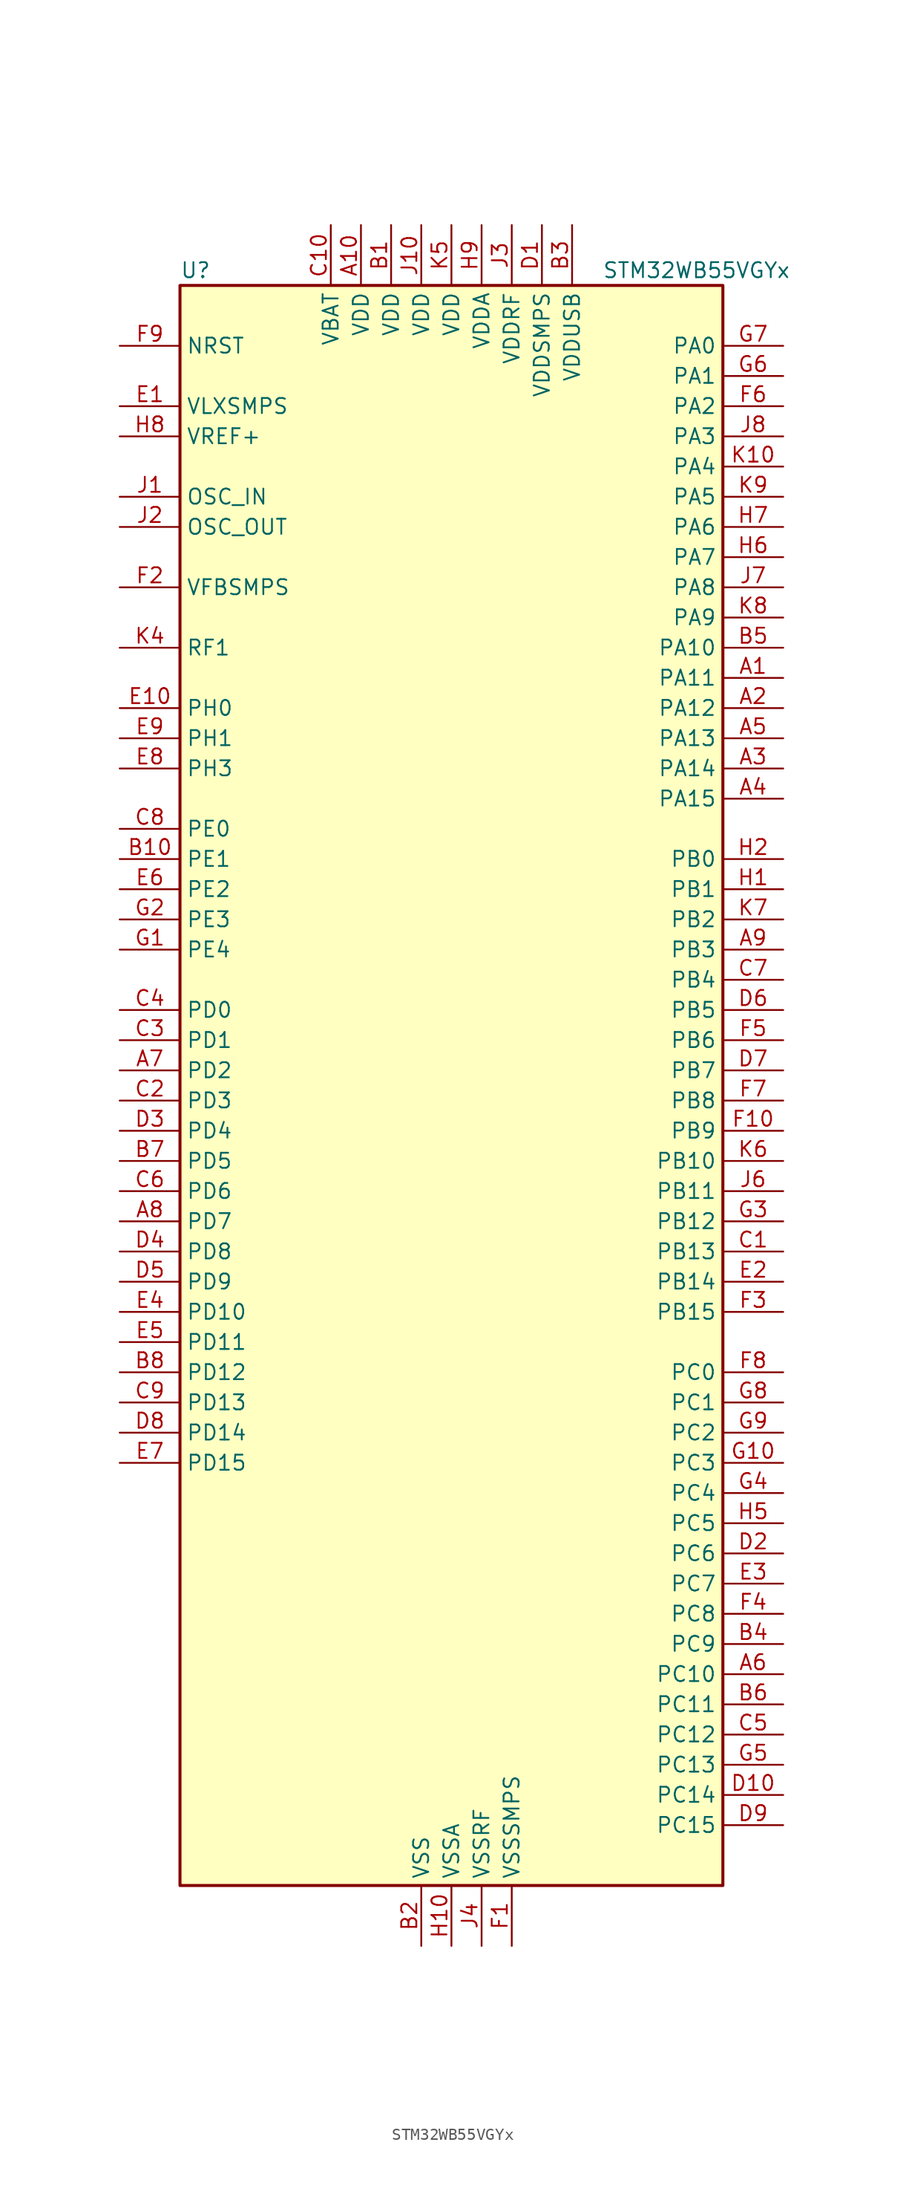
<source format=kicad_sym>
(kicad_symbol_lib
  (version 20231120)
  (generator "kicad-library-utils")
  (generator_version "8.0")
  (symbol "STM32WB55VGYx"
    (property "Reference" "U"
      (at -22.86 69.85 0)
      (effects (font (size 1.27 1.27)) (justify left)))
    (property "Value" "STM32WB55VGYx"
      (at 12.7 69.85 0)
      (effects (font (size 1.27 1.27)) (justify left)))
    (symbol "STM32WB55VGYx_0_1"
      (rectangle (start -22.86 -66.04) (end 22.86 68.58) (stroke (width 0.254) (type default)) (fill (type background))))
    (symbol "STM32WB55VGYx_1_1"
      (pin bidirectional line (at 27.94 35.56 180) (length 5.08) (name "PA11" (effects (font (size 1.27 1.27)))) (number "A1" (effects (font (size 1.27 1.27)))) (alternate "ADC1_EXTI11" bidirectional line) (alternate "SPI1_MISO" bidirectional line) (alternate "TIM1_BKIN2" bidirectional line) (alternate "TIM1_CH4" bidirectional line) (alternate "USART1_CTS" bidirectional line) (alternate "USART1_NSS" bidirectional line) (alternate "USB_DM" bidirectional line))
      (pin power_in line (at -7.62 73.66 270) (length 5.08) (name "VDD" (effects (font (size 1.27 1.27)))) (number "A10" (effects (font (size 1.27 1.27)))))
      (pin bidirectional line (at 27.94 33.02 180) (length 5.08) (name "PA12" (effects (font (size 1.27 1.27)))) (number "A2" (effects (font (size 1.27 1.27)))) (alternate "LPUART1_RX" bidirectional line) (alternate "SPI1_MOSI" bidirectional line) (alternate "TIM1_ETR" bidirectional line) (alternate "USART1_DE" bidirectional line) (alternate "USART1_RTS" bidirectional line) (alternate "USB_DP" bidirectional line))
      (pin bidirectional line (at 27.94 27.94 180) (length 5.08) (name "PA14" (effects (font (size 1.27 1.27)))) (number "A3" (effects (font (size 1.27 1.27)))) (alternate "I2C1_SMBA" bidirectional line) (alternate "LCD_SEG5" bidirectional line) (alternate "LPTIM1_OUT" bidirectional line) (alternate "SAI1_FS_B" bidirectional line) (alternate "SYS_JTCK-SWCLK" bidirectional line))
      (pin bidirectional line (at 27.94 25.4 180) (length 5.08) (name "PA15" (effects (font (size 1.27 1.27)))) (number "A4" (effects (font (size 1.27 1.27)))) (alternate "ADC1_EXTI15" bidirectional line) (alternate "LCD_SEG17" bidirectional line) (alternate "RCC_MCO" bidirectional line) (alternate "SPI1_NSS" bidirectional line) (alternate "SYS_JTDI" bidirectional line) (alternate "TIM2_CH1" bidirectional line) (alternate "TIM2_ETR" bidirectional line) (alternate "TSC_G3_IO1" bidirectional line))
      (pin bidirectional line (at 27.94 30.48 180) (length 5.08) (name "PA13" (effects (font (size 1.27 1.27)))) (number "A5" (effects (font (size 1.27 1.27)))) (alternate "IR_OUT" bidirectional line) (alternate "SAI1_SD_B" bidirectional line) (alternate "SYS_JTMS-SWDIO" bidirectional line) (alternate "USB_NOE" bidirectional line))
      (pin bidirectional line (at 27.94 -48.26 180) (length 5.08) (name "PC10" (effects (font (size 1.27 1.27)))) (number "A6" (effects (font (size 1.27 1.27)))) (alternate "LCD_COM4" bidirectional line) (alternate "LCD_SEG28" bidirectional line) (alternate "LCD_SEG40" bidirectional line) (alternate "SYS_TRACED1" bidirectional line) (alternate "TSC_G3_IO2" bidirectional line))
      (pin bidirectional line (at -27.94 2.54 0) (length 5.08) (name "PD2" (effects (font (size 1.27 1.27)))) (number "A7" (effects (font (size 1.27 1.27)))) (alternate "LCD_COM7" bidirectional line) (alternate "LCD_SEG31" bidirectional line) (alternate "LCD_SEG43" bidirectional line) (alternate "SYS_TRACED2" bidirectional line) (alternate "TSC_SYNC" bidirectional line))
      (pin bidirectional line (at -27.94 -10.16 0) (length 5.08) (name "PD7" (effects (font (size 1.27 1.27)))) (number "A8" (effects (font (size 1.27 1.27)))) (alternate "LCD_SEG39" bidirectional line) (alternate "QUADSPI_BK1_IO3" bidirectional line) (alternate "TSC_G5_IO4" bidirectional line))
      (pin bidirectional line (at 27.94 12.7 180) (length 5.08) (name "PB3" (effects (font (size 1.27 1.27)))) (number "A9" (effects (font (size 1.27 1.27)))) (alternate "COMP2_INM" bidirectional line) (alternate "LCD_SEG7" bidirectional line) (alternate "SAI1_SCK_B" bidirectional line) (alternate "SPI1_SCK" bidirectional line) (alternate "SYS_JTDO-SWO" bidirectional line) (alternate "TIM2_CH2" bidirectional line) (alternate "USART1_DE" bidirectional line) (alternate "USART1_RTS" bidirectional line))
      (pin power_in line (at -5.08 73.66 270) (length 5.08) (name "VDD" (effects (font (size 1.27 1.27)))) (number "B1" (effects (font (size 1.27 1.27)))))
      (pin bidirectional line (at -27.94 20.32 0) (length 5.08) (name "PE1" (effects (font (size 1.27 1.27)))) (number "B10" (effects (font (size 1.27 1.27)))) (alternate "LCD_SEG37" bidirectional line) (alternate "TIM17_CH1" bidirectional line) (alternate "TSC_G7_IO2" bidirectional line))
      (pin power_in line (at -2.54 -71.12 90) (length 5.08) (name "VSS" (effects (font (size 1.27 1.27)))) (number "B2" (effects (font (size 1.27 1.27)))))
      (pin power_in line (at 10.16 73.66 270) (length 5.08) (name "VDDUSB" (effects (font (size 1.27 1.27)))) (number "B3" (effects (font (size 1.27 1.27)))))
      (pin bidirectional line (at 27.94 -45.72 180) (length 5.08) (name "PC9" (effects (font (size 1.27 1.27)))) (number "B4" (effects (font (size 1.27 1.27)))) (alternate "LCD_SEG27" bidirectional line) (alternate "SAI1_SCK_B" bidirectional line) (alternate "TIM1_BKIN" bidirectional line) (alternate "TSC_G4_IO4" bidirectional line) (alternate "USB_NOE" bidirectional line))
      (pin bidirectional line (at 27.94 38.1 180) (length 5.08) (name "PA10" (effects (font (size 1.27 1.27)))) (number "B5" (effects (font (size 1.27 1.27)))) (alternate "CRS_SYNC" bidirectional line) (alternate "I2C1_SDA" bidirectional line) (alternate "LCD_COM2" bidirectional line) (alternate "SAI1_D1" bidirectional line) (alternate "SAI1_SD_A" bidirectional line) (alternate "TIM17_BKIN" bidirectional line) (alternate "TIM1_CH3" bidirectional line) (alternate "USART1_RX" bidirectional line))
      (pin bidirectional line (at 27.94 -50.8 180) (length 5.08) (name "PC11" (effects (font (size 1.27 1.27)))) (number "B6" (effects (font (size 1.27 1.27)))) (alternate "ADC1_EXTI11" bidirectional line) (alternate "LCD_COM5" bidirectional line) (alternate "LCD_SEG29" bidirectional line) (alternate "LCD_SEG41" bidirectional line) (alternate "TSC_G3_IO3" bidirectional line))
      (pin bidirectional line (at -27.94 -5.08 0) (length 5.08) (name "PD5" (effects (font (size 1.27 1.27)))) (number "B7" (effects (font (size 1.27 1.27)))) (alternate "QUADSPI_BK1_IO1" bidirectional line) (alternate "SAI1_MCLK_B" bidirectional line) (alternate "TSC_G5_IO2" bidirectional line))
      (pin bidirectional line (at -27.94 -22.86 0) (length 5.08) (name "PD12" (effects (font (size 1.27 1.27)))) (number "B8" (effects (font (size 1.27 1.27)))) (alternate "LCD_SEG32" bidirectional line) (alternate "LPTIM2_IN1" bidirectional line) (alternate "TSC_G6_IO3" bidirectional line))
      (pin passive line (at -2.54 -71.12 90) (length 5.08) hide (name "VSS" (effects (font (size 1.27 1.27)))) (number "B9" (effects (font (size 1.27 1.27)))))
      (pin bidirectional line (at 27.94 -12.7 180) (length 5.08) (name "PB13" (effects (font (size 1.27 1.27)))) (number "C1" (effects (font (size 1.27 1.27)))) (alternate "I2C3_SCL" bidirectional line) (alternate "LCD_SEG13" bidirectional line) (alternate "LPUART1_CTS" bidirectional line) (alternate "SAI1_SCK_A" bidirectional line) (alternate "SPI2_SCK" bidirectional line) (alternate "TIM1_CH1N" bidirectional line) (alternate "TSC_G1_IO2" bidirectional line))
      (pin power_in line (at -10.16 73.66 270) (length 5.08) (name "VBAT" (effects (font (size 1.27 1.27)))) (number "C10" (effects (font (size 1.27 1.27)))))
      (pin bidirectional line (at -27.94 0 0) (length 5.08) (name "PD3" (effects (font (size 1.27 1.27)))) (number "C2" (effects (font (size 1.27 1.27)))) (alternate "QUADSPI_BK1_NCS" bidirectional line) (alternate "SPI2_MISO" bidirectional line) (alternate "SPI2_SCK" bidirectional line))
      (pin bidirectional line (at -27.94 5.08 0) (length 5.08) (name "PD1" (effects (font (size 1.27 1.27)))) (number "C3" (effects (font (size 1.27 1.27)))) (alternate "SPI2_SCK" bidirectional line))
      (pin bidirectional line (at -27.94 7.62 0) (length 5.08) (name "PD0" (effects (font (size 1.27 1.27)))) (number "C4" (effects (font (size 1.27 1.27)))) (alternate "SPI2_NSS" bidirectional line))
      (pin bidirectional line (at 27.94 -53.34 180) (length 5.08) (name "PC12" (effects (font (size 1.27 1.27)))) (number "C5" (effects (font (size 1.27 1.27)))) (alternate "LCD_COM6" bidirectional line) (alternate "LCD_SEG30" bidirectional line) (alternate "LCD_SEG42" bidirectional line) (alternate "RCC_LSCO" bidirectional line) (alternate "RTC_TAMP3" bidirectional line) (alternate "SYS_TRACED3" bidirectional line) (alternate "SYS_WKUP3" bidirectional line) (alternate "TSC_G3_IO4" bidirectional line))
      (pin bidirectional line (at -27.94 -7.62 0) (length 5.08) (name "PD6" (effects (font (size 1.27 1.27)))) (number "C6" (effects (font (size 1.27 1.27)))) (alternate "QUADSPI_BK1_IO2" bidirectional line) (alternate "SAI1_D1" bidirectional line) (alternate "SAI1_SD_A" bidirectional line) (alternate "TSC_G5_IO3" bidirectional line))
      (pin bidirectional line (at 27.94 10.16 180) (length 5.08) (name "PB4" (effects (font (size 1.27 1.27)))) (number "C7" (effects (font (size 1.27 1.27)))) (alternate "COMP2_INP" bidirectional line) (alternate "I2C3_SDA" bidirectional line) (alternate "LCD_SEG8" bidirectional line) (alternate "SAI1_MCLK_B" bidirectional line) (alternate "SPI1_MISO" bidirectional line) (alternate "SYS_JTRST" bidirectional line) (alternate "TIM17_BKIN" bidirectional line) (alternate "TSC_G2_IO1" bidirectional line) (alternate "USART1_CTS" bidirectional line) (alternate "USART1_NSS" bidirectional line))
      (pin bidirectional line (at -27.94 22.86 0) (length 5.08) (name "PE0" (effects (font (size 1.27 1.27)))) (number "C8" (effects (font (size 1.27 1.27)))) (alternate "LCD_SEG36" bidirectional line) (alternate "TIM16_CH1" bidirectional line) (alternate "TIM1_ETR" bidirectional line) (alternate "TSC_G7_IO3" bidirectional line))
      (pin bidirectional line (at -27.94 -25.4 0) (length 5.08) (name "PD13" (effects (font (size 1.27 1.27)))) (number "C9" (effects (font (size 1.27 1.27)))) (alternate "LCD_SEG33" bidirectional line) (alternate "LPTIM2_OUT" bidirectional line) (alternate "TSC_G6_IO4" bidirectional line))
      (pin power_in line (at 7.62 73.66 270) (length 5.08) (name "VDDSMPS" (effects (font (size 1.27 1.27)))) (number "D1" (effects (font (size 1.27 1.27)))))
      (pin bidirectional line (at 27.94 -58.42 180) (length 5.08) (name "PC14" (effects (font (size 1.27 1.27)))) (number "D10" (effects (font (size 1.27 1.27)))) (alternate "RCC_OSC32_IN" bidirectional line))
      (pin bidirectional line (at 27.94 -38.1 180) (length 5.08) (name "PC6" (effects (font (size 1.27 1.27)))) (number "D2" (effects (font (size 1.27 1.27)))) (alternate "LCD_SEG24" bidirectional line) (alternate "TSC_G4_IO1" bidirectional line))
      (pin bidirectional line (at -27.94 -2.54 0) (length 5.08) (name "PD4" (effects (font (size 1.27 1.27)))) (number "D3" (effects (font (size 1.27 1.27)))) (alternate "QUADSPI_BK1_IO0" bidirectional line) (alternate "SPI2_MOSI" bidirectional line) (alternate "TSC_G5_IO1" bidirectional line))
      (pin bidirectional line (at -27.94 -12.7 0) (length 5.08) (name "PD8" (effects (font (size 1.27 1.27)))) (number "D4" (effects (font (size 1.27 1.27)))) (alternate "LCD_SEG28" bidirectional line) (alternate "TIM1_BKIN2" bidirectional line))
      (pin bidirectional line (at -27.94 -15.24 0) (length 5.08) (name "PD9" (effects (font (size 1.27 1.27)))) (number "D5" (effects (font (size 1.27 1.27)))) (alternate "LCD_SEG29" bidirectional line) (alternate "SYS_TRACED0" bidirectional line))
      (pin bidirectional line (at 27.94 7.62 180) (length 5.08) (name "PB5" (effects (font (size 1.27 1.27)))) (number "D6" (effects (font (size 1.27 1.27)))) (alternate "COMP2_OUT" bidirectional line) (alternate "I2C1_SMBA" bidirectional line) (alternate "LCD_SEG9" bidirectional line) (alternate "LPTIM1_IN1" bidirectional line) (alternate "LPUART1_TX" bidirectional line) (alternate "SAI1_SD_B" bidirectional line) (alternate "SPI1_MOSI" bidirectional line) (alternate "TIM16_BKIN" bidirectional line) (alternate "TSC_G2_IO2" bidirectional line) (alternate "USART1_CK" bidirectional line))
      (pin bidirectional line (at 27.94 2.54 180) (length 5.08) (name "PB7" (effects (font (size 1.27 1.27)))) (number "D7" (effects (font (size 1.27 1.27)))) (alternate "COMP2_INM" bidirectional line) (alternate "I2C1_SDA" bidirectional line) (alternate "LCD_SEG21" bidirectional line) (alternate "LPTIM1_IN2" bidirectional line) (alternate "SYS_PVD_IN" bidirectional line) (alternate "TIM17_CH1N" bidirectional line) (alternate "TIM1_BKIN" bidirectional line) (alternate "TSC_G2_IO4" bidirectional line) (alternate "USART1_RX" bidirectional line))
      (pin bidirectional line (at -27.94 -27.94 0) (length 5.08) (name "PD14" (effects (font (size 1.27 1.27)))) (number "D8" (effects (font (size 1.27 1.27)))) (alternate "LCD_SEG34" bidirectional line) (alternate "TIM1_CH1" bidirectional line))
      (pin bidirectional line (at 27.94 -60.96 180) (length 5.08) (name "PC15" (effects (font (size 1.27 1.27)))) (number "D9" (effects (font (size 1.27 1.27)))) (alternate "ADC1_EXTI15" bidirectional line) (alternate "RCC_OSC32_OUT" bidirectional line))
      (pin power_in line (at -27.94 58.42 0) (length 5.08) (name "VLXSMPS" (effects (font (size 1.27 1.27)))) (number "E1" (effects (font (size 1.27 1.27)))))
      (pin bidirectional line (at -27.94 33.02 0) (length 5.08) (name "PH0" (effects (font (size 1.27 1.27)))) (number "E10" (effects (font (size 1.27 1.27)))))
      (pin bidirectional line (at 27.94 -15.24 180) (length 5.08) (name "PB14" (effects (font (size 1.27 1.27)))) (number "E2" (effects (font (size 1.27 1.27)))) (alternate "I2C3_SDA" bidirectional line) (alternate "LCD_SEG14" bidirectional line) (alternate "SAI1_MCLK_A" bidirectional line) (alternate "SPI2_MISO" bidirectional line) (alternate "TIM1_CH2N" bidirectional line) (alternate "TSC_G1_IO3" bidirectional line))
      (pin bidirectional line (at 27.94 -40.64 180) (length 5.08) (name "PC7" (effects (font (size 1.27 1.27)))) (number "E3" (effects (font (size 1.27 1.27)))) (alternate "LCD_SEG25" bidirectional line) (alternate "TSC_G4_IO2" bidirectional line))
      (pin bidirectional line (at -27.94 -17.78 0) (length 5.08) (name "PD10" (effects (font (size 1.27 1.27)))) (number "E4" (effects (font (size 1.27 1.27)))) (alternate "LCD_SEG30" bidirectional line) (alternate "SYS_TRIG_INOUT" bidirectional line) (alternate "TSC_G6_IO1" bidirectional line))
      (pin bidirectional line (at -27.94 -20.32 0) (length 5.08) (name "PD11" (effects (font (size 1.27 1.27)))) (number "E5" (effects (font (size 1.27 1.27)))) (alternate "ADC1_EXTI11" bidirectional line) (alternate "LCD_SEG31" bidirectional line) (alternate "LPTIM2_ETR" bidirectional line) (alternate "TSC_G6_IO2" bidirectional line))
      (pin bidirectional line (at -27.94 17.78 0) (length 5.08) (name "PE2" (effects (font (size 1.27 1.27)))) (number "E6" (effects (font (size 1.27 1.27)))) (alternate "LCD_SEG38" bidirectional line) (alternate "SAI1_CK1" bidirectional line) (alternate "SAI1_MCLK_A" bidirectional line) (alternate "SYS_TRACECLK" bidirectional line) (alternate "TSC_G7_IO1" bidirectional line))
      (pin bidirectional line (at -27.94 -30.48 0) (length 5.08) (name "PD15" (effects (font (size 1.27 1.27)))) (number "E7" (effects (font (size 1.27 1.27)))) (alternate "ADC1_EXTI15" bidirectional line) (alternate "LCD_SEG35" bidirectional line) (alternate "TIM1_CH2" bidirectional line))
      (pin bidirectional line (at -27.94 27.94 0) (length 5.08) (name "PH3" (effects (font (size 1.27 1.27)))) (number "E8" (effects (font (size 1.27 1.27)))) (alternate "RCC_LSCO" bidirectional line))
      (pin bidirectional line (at -27.94 30.48 0) (length 5.08) (name "PH1" (effects (font (size 1.27 1.27)))) (number "E9" (effects (font (size 1.27 1.27)))))
      (pin power_in line (at 5.08 -71.12 90) (length 5.08) (name "VSSSMPS" (effects (font (size 1.27 1.27)))) (number "F1" (effects (font (size 1.27 1.27)))))
      (pin bidirectional line (at 27.94 -2.54 180) (length 5.08) (name "PB9" (effects (font (size 1.27 1.27)))) (number "F10" (effects (font (size 1.27 1.27)))) (alternate "I2C1_SDA" bidirectional line) (alternate "IR_OUT" bidirectional line) (alternate "LCD_COM3" bidirectional line) (alternate "QUADSPI_BK1_IO0" bidirectional line) (alternate "SAI1_D2" bidirectional line) (alternate "SAI1_FS_A" bidirectional line) (alternate "SPI2_NSS" bidirectional line) (alternate "TIM17_CH1" bidirectional line) (alternate "TIM1_CH3N" bidirectional line) (alternate "TSC_G7_IO4" bidirectional line))
      (pin input line (at -27.94 43.18 0) (length 5.08) (name "VFBSMPS" (effects (font (size 1.27 1.27)))) (number "F2" (effects (font (size 1.27 1.27)))))
      (pin bidirectional line (at 27.94 -17.78 180) (length 5.08) (name "PB15" (effects (font (size 1.27 1.27)))) (number "F3" (effects (font (size 1.27 1.27)))) (alternate "ADC1_EXTI15" bidirectional line) (alternate "LCD_SEG15" bidirectional line) (alternate "RTC_REFIN" bidirectional line) (alternate "SAI1_SD_A" bidirectional line) (alternate "SPI2_MOSI" bidirectional line) (alternate "TIM1_CH3N" bidirectional line) (alternate "TSC_G1_IO4" bidirectional line))
      (pin bidirectional line (at 27.94 -43.18 180) (length 5.08) (name "PC8" (effects (font (size 1.27 1.27)))) (number "F4" (effects (font (size 1.27 1.27)))) (alternate "LCD_SEG26" bidirectional line) (alternate "TSC_G4_IO3" bidirectional line))
      (pin bidirectional line (at 27.94 5.08 180) (length 5.08) (name "PB6" (effects (font (size 1.27 1.27)))) (number "F5" (effects (font (size 1.27 1.27)))) (alternate "COMP2_INP" bidirectional line) (alternate "I2C1_SCL" bidirectional line) (alternate "LCD_SEG6" bidirectional line) (alternate "LPTIM1_ETR" bidirectional line) (alternate "RCC_MCO" bidirectional line) (alternate "SAI1_FS_B" bidirectional line) (alternate "TIM16_CH1N" bidirectional line) (alternate "TSC_G2_IO3" bidirectional line) (alternate "USART1_TX" bidirectional line))
      (pin bidirectional line (at 27.94 58.42 180) (length 5.08) (name "PA2" (effects (font (size 1.27 1.27)))) (number "F6" (effects (font (size 1.27 1.27)))) (alternate "ADC1_IN7" bidirectional line) (alternate "COMP2_INM" bidirectional line) (alternate "COMP2_OUT" bidirectional line) (alternate "LCD_SEG1" bidirectional line) (alternate "LPUART1_TX" bidirectional line) (alternate "QUADSPI_BK1_NCS" bidirectional line) (alternate "RCC_LSCO" bidirectional line) (alternate "SYS_WKUP4" bidirectional line) (alternate "TIM2_CH3" bidirectional line))
      (pin bidirectional line (at 27.94 0 180) (length 5.08) (name "PB8" (effects (font (size 1.27 1.27)))) (number "F7" (effects (font (size 1.27 1.27)))) (alternate "I2C1_SCL" bidirectional line) (alternate "LCD_SEG16" bidirectional line) (alternate "QUADSPI_BK1_IO1" bidirectional line) (alternate "SAI1_CK1" bidirectional line) (alternate "SAI1_MCLK_A" bidirectional line) (alternate "TIM16_CH1" bidirectional line) (alternate "TIM1_CH2N" bidirectional line))
      (pin bidirectional line (at 27.94 -22.86 180) (length 5.08) (name "PC0" (effects (font (size 1.27 1.27)))) (number "F8" (effects (font (size 1.27 1.27)))) (alternate "ADC1_IN1" bidirectional line) (alternate "I2C3_SCL" bidirectional line) (alternate "LCD_SEG18" bidirectional line) (alternate "LPTIM1_IN1" bidirectional line) (alternate "LPTIM2_IN1" bidirectional line) (alternate "LPUART1_RX" bidirectional line))
      (pin input line (at -27.94 63.5 0) (length 5.08) (name "NRST" (effects (font (size 1.27 1.27)))) (number "F9" (effects (font (size 1.27 1.27)))))
      (pin bidirectional line (at -27.94 12.7 0) (length 5.08) (name "PE4" (effects (font (size 1.27 1.27)))) (number "G1" (effects (font (size 1.27 1.27)))))
      (pin bidirectional line (at 27.94 -30.48 180) (length 5.08) (name "PC3" (effects (font (size 1.27 1.27)))) (number "G10" (effects (font (size 1.27 1.27)))) (alternate "ADC1_IN4" bidirectional line) (alternate "LCD_VLCD" bidirectional line) (alternate "LPTIM1_ETR" bidirectional line) (alternate "LPTIM2_ETR" bidirectional line) (alternate "SAI1_D1" bidirectional line) (alternate "SAI1_SD_A" bidirectional line) (alternate "SPI2_MOSI" bidirectional line))
      (pin bidirectional line (at -27.94 15.24 0) (length 5.08) (name "PE3" (effects (font (size 1.27 1.27)))) (number "G2" (effects (font (size 1.27 1.27)))))
      (pin bidirectional line (at 27.94 -10.16 180) (length 5.08) (name "PB12" (effects (font (size 1.27 1.27)))) (number "G3" (effects (font (size 1.27 1.27)))) (alternate "I2C3_SMBA" bidirectional line) (alternate "LCD_SEG12" bidirectional line) (alternate "LPUART1_DE" bidirectional line) (alternate "LPUART1_RTS" bidirectional line) (alternate "SAI1_FS_A" bidirectional line) (alternate "SPI2_NSS" bidirectional line) (alternate "TIM1_BKIN" bidirectional line) (alternate "TSC_G1_IO1" bidirectional line))
      (pin bidirectional line (at 27.94 -33.02 180) (length 5.08) (name "PC4" (effects (font (size 1.27 1.27)))) (number "G4" (effects (font (size 1.27 1.27)))) (alternate "ADC1_IN13" bidirectional line) (alternate "COMP1_INM" bidirectional line) (alternate "LCD_SEG22" bidirectional line))
      (pin bidirectional line (at 27.94 -55.88 180) (length 5.08) (name "PC13" (effects (font (size 1.27 1.27)))) (number "G5" (effects (font (size 1.27 1.27)))) (alternate "RTC_OUT1" bidirectional line) (alternate "RTC_TAMP1" bidirectional line) (alternate "RTC_TS" bidirectional line) (alternate "SYS_WKUP2" bidirectional line))
      (pin bidirectional line (at 27.94 60.96 180) (length 5.08) (name "PA1" (effects (font (size 1.27 1.27)))) (number "G6" (effects (font (size 1.27 1.27)))) (alternate "ADC1_IN6" bidirectional line) (alternate "COMP1_INP" bidirectional line) (alternate "I2C1_SMBA" bidirectional line) (alternate "LCD_SEG0" bidirectional line) (alternate "SPI1_SCK" bidirectional line) (alternate "TIM2_CH2" bidirectional line))
      (pin bidirectional line (at 27.94 63.5 180) (length 5.08) (name "PA0" (effects (font (size 1.27 1.27)))) (number "G7" (effects (font (size 1.27 1.27)))) (alternate "ADC1_IN5" bidirectional line) (alternate "COMP1_INM" bidirectional line) (alternate "COMP1_OUT" bidirectional line) (alternate "RTC_TAMP2" bidirectional line) (alternate "SAI1_EXTCLK" bidirectional line) (alternate "SYS_WKUP1" bidirectional line) (alternate "TIM2_CH1" bidirectional line) (alternate "TIM2_ETR" bidirectional line))
      (pin bidirectional line (at 27.94 -25.4 180) (length 5.08) (name "PC1" (effects (font (size 1.27 1.27)))) (number "G8" (effects (font (size 1.27 1.27)))) (alternate "ADC1_IN2" bidirectional line) (alternate "I2C3_SDA" bidirectional line) (alternate "LCD_SEG19" bidirectional line) (alternate "LPTIM1_OUT" bidirectional line) (alternate "LPUART1_TX" bidirectional line) (alternate "SPI2_MOSI" bidirectional line))
      (pin bidirectional line (at 27.94 -27.94 180) (length 5.08) (name "PC2" (effects (font (size 1.27 1.27)))) (number "G9" (effects (font (size 1.27 1.27)))) (alternate "ADC1_IN3" bidirectional line) (alternate "LCD_SEG20" bidirectional line) (alternate "LPTIM1_IN2" bidirectional line) (alternate "SPI2_MISO" bidirectional line))
      (pin bidirectional line (at 27.94 17.78 180) (length 5.08) (name "PB1" (effects (font (size 1.27 1.27)))) (number "H1" (effects (font (size 1.27 1.27)))) (alternate "LPTIM2_IN1" bidirectional line) (alternate "LPUART1_DE" bidirectional line) (alternate "LPUART1_RTS" bidirectional line))
      (pin power_in line (at 0 -71.12 90) (length 5.08) (name "VSSA" (effects (font (size 1.27 1.27)))) (number "H10" (effects (font (size 1.27 1.27)))))
      (pin bidirectional line (at 27.94 20.32 180) (length 5.08) (name "PB0" (effects (font (size 1.27 1.27)))) (number "H2" (effects (font (size 1.27 1.27)))) (alternate "COMP1_OUT" bidirectional line) (alternate "RF_TX_MOD_EXT_PA" bidirectional line))
      (pin no_connect line (at -22.86 -66.04 0) (length 5.08) hide (name "AT0" (effects (font (size 1.27 1.27)))) (number "H3" (effects (font (size 1.27 1.27)))))
      (pin no_connect line (at -22.86 -63.5 0) (length 5.08) hide (name "AT1" (effects (font (size 1.27 1.27)))) (number "H4" (effects (font (size 1.27 1.27)))))
      (pin bidirectional line (at 27.94 -35.56 180) (length 5.08) (name "PC5" (effects (font (size 1.27 1.27)))) (number "H5" (effects (font (size 1.27 1.27)))) (alternate "ADC1_IN14" bidirectional line) (alternate "COMP1_INP" bidirectional line) (alternate "LCD_SEG23" bidirectional line) (alternate "SAI1_D3" bidirectional line) (alternate "SYS_WKUP5" bidirectional line))
      (pin bidirectional line (at 27.94 45.72 180) (length 5.08) (name "PA7" (effects (font (size 1.27 1.27)))) (number "H6" (effects (font (size 1.27 1.27)))) (alternate "ADC1_IN12" bidirectional line) (alternate "COMP2_OUT" bidirectional line) (alternate "I2C3_SCL" bidirectional line) (alternate "LCD_SEG4" bidirectional line) (alternate "QUADSPI_BK1_IO2" bidirectional line) (alternate "SPI1_MOSI" bidirectional line) (alternate "TIM17_CH1" bidirectional line) (alternate "TIM1_CH1N" bidirectional line))
      (pin bidirectional line (at 27.94 48.26 180) (length 5.08) (name "PA6" (effects (font (size 1.27 1.27)))) (number "H7" (effects (font (size 1.27 1.27)))) (alternate "ADC1_IN11" bidirectional line) (alternate "LCD_SEG3" bidirectional line) (alternate "LPUART1_CTS" bidirectional line) (alternate "QUADSPI_BK1_IO3" bidirectional line) (alternate "SPI1_MISO" bidirectional line) (alternate "TIM16_CH1" bidirectional line) (alternate "TIM1_BKIN" bidirectional line))
      (pin input line (at -27.94 55.88 0) (length 5.08) (name "VREF+" (effects (font (size 1.27 1.27)))) (number "H8" (effects (font (size 1.27 1.27)))) (alternate "VREFBUF_OUT" bidirectional line))
      (pin power_in line (at 2.54 73.66 270) (length 5.08) (name "VDDA" (effects (font (size 1.27 1.27)))) (number "H9" (effects (font (size 1.27 1.27)))))
      (pin input line (at -27.94 50.8 0) (length 5.08) (name "OSC_IN" (effects (font (size 1.27 1.27)))) (number "J1" (effects (font (size 1.27 1.27)))) (alternate "RCC_OSC_IN" bidirectional line))
      (pin power_in line (at -2.54 73.66 270) (length 5.08) (name "VDD" (effects (font (size 1.27 1.27)))) (number "J10" (effects (font (size 1.27 1.27)))))
      (pin input line (at -27.94 48.26 0) (length 5.08) (name "OSC_OUT" (effects (font (size 1.27 1.27)))) (number "J2" (effects (font (size 1.27 1.27)))) (alternate "RCC_OSC_OUT" bidirectional line))
      (pin power_in line (at 5.08 73.66 270) (length 5.08) (name "VDDRF" (effects (font (size 1.27 1.27)))) (number "J3" (effects (font (size 1.27 1.27)))))
      (pin power_in line (at 2.54 -71.12 90) (length 5.08) (name "VSSRF" (effects (font (size 1.27 1.27)))) (number "J4" (effects (font (size 1.27 1.27)))))
      (pin passive line (at -2.54 -71.12 90) (length 5.08) hide (name "VSS" (effects (font (size 1.27 1.27)))) (number "J5" (effects (font (size 1.27 1.27)))))
      (pin bidirectional line (at 27.94 -7.62 180) (length 5.08) (name "PB11" (effects (font (size 1.27 1.27)))) (number "J6" (effects (font (size 1.27 1.27)))) (alternate "ADC1_EXTI11" bidirectional line) (alternate "COMP2_OUT" bidirectional line) (alternate "I2C3_SDA" bidirectional line) (alternate "LCD_SEG11" bidirectional line) (alternate "LPUART1_TX" bidirectional line) (alternate "QUADSPI_BK1_NCS" bidirectional line) (alternate "TIM2_CH4" bidirectional line))
      (pin bidirectional line (at 27.94 43.18 180) (length 5.08) (name "PA8" (effects (font (size 1.27 1.27)))) (number "J7" (effects (font (size 1.27 1.27)))) (alternate "ADC1_IN15" bidirectional line) (alternate "LCD_COM0" bidirectional line) (alternate "LPTIM2_OUT" bidirectional line) (alternate "RCC_MCO" bidirectional line) (alternate "SAI1_CK2" bidirectional line) (alternate "SAI1_SCK_A" bidirectional line) (alternate "TIM1_CH1" bidirectional line) (alternate "USART1_CK" bidirectional line))
      (pin bidirectional line (at 27.94 55.88 180) (length 5.08) (name "PA3" (effects (font (size 1.27 1.27)))) (number "J8" (effects (font (size 1.27 1.27)))) (alternate "ADC1_IN8" bidirectional line) (alternate "COMP2_INP" bidirectional line) (alternate "LCD_SEG2" bidirectional line) (alternate "LPUART1_RX" bidirectional line) (alternate "QUADSPI_CLK" bidirectional line) (alternate "SAI1_CK1" bidirectional line) (alternate "SAI1_MCLK_A" bidirectional line) (alternate "TIM2_CH4" bidirectional line))
      (pin passive line (at -2.54 -71.12 90) (length 5.08) hide (name "VSS" (effects (font (size 1.27 1.27)))) (number "J9" (effects (font (size 1.27 1.27)))))
      (pin passive line (at 2.54 -71.12 90) (length 5.08) hide (name "VSSRF" (effects (font (size 1.27 1.27)))) (number "K1" (effects (font (size 1.27 1.27)))))
      (pin bidirectional line (at 27.94 53.34 180) (length 5.08) (name "PA4" (effects (font (size 1.27 1.27)))) (number "K10" (effects (font (size 1.27 1.27)))) (alternate "ADC1_IN9" bidirectional line) (alternate "COMP1_INM" bidirectional line) (alternate "COMP2_INM" bidirectional line) (alternate "LCD_SEG5" bidirectional line) (alternate "LPTIM2_OUT" bidirectional line) (alternate "SAI1_FS_B" bidirectional line) (alternate "SPI1_NSS" bidirectional line))
      (pin passive line (at 2.54 -71.12 90) (length 5.08) hide (name "VSSRF" (effects (font (size 1.27 1.27)))) (number "K2" (effects (font (size 1.27 1.27)))))
      (pin passive line (at 2.54 -71.12 90) (length 5.08) hide (name "VSSRF" (effects (font (size 1.27 1.27)))) (number "K3" (effects (font (size 1.27 1.27)))))
      (pin bidirectional line (at -27.94 38.1 0) (length 5.08) (name "RF1" (effects (font (size 1.27 1.27)))) (number "K4" (effects (font (size 1.27 1.27)))) (alternate "RF_RF1" bidirectional line))
      (pin power_in line (at 0 73.66 270) (length 5.08) (name "VDD" (effects (font (size 1.27 1.27)))) (number "K5" (effects (font (size 1.27 1.27)))))
      (pin bidirectional line (at 27.94 -5.08 180) (length 5.08) (name "PB10" (effects (font (size 1.27 1.27)))) (number "K6" (effects (font (size 1.27 1.27)))) (alternate "COMP1_OUT" bidirectional line) (alternate "I2C3_SCL" bidirectional line) (alternate "LCD_SEG10" bidirectional line) (alternate "LPUART1_RX" bidirectional line) (alternate "QUADSPI_CLK" bidirectional line) (alternate "SAI1_SCK_A" bidirectional line) (alternate "SPI2_SCK" bidirectional line) (alternate "TIM2_CH3" bidirectional line) (alternate "TSC_SYNC" bidirectional line))
      (pin bidirectional line (at 27.94 15.24 180) (length 5.08) (name "PB2" (effects (font (size 1.27 1.27)))) (number "K7" (effects (font (size 1.27 1.27)))) (alternate "COMP1_INP" bidirectional line) (alternate "I2C3_SMBA" bidirectional line) (alternate "LCD_VLCD" bidirectional line) (alternate "LPTIM1_OUT" bidirectional line) (alternate "RTC_OUT2" bidirectional line) (alternate "SAI1_EXTCLK" bidirectional line) (alternate "SPI1_NSS" bidirectional line))
      (pin bidirectional line (at 27.94 40.64 180) (length 5.08) (name "PA9" (effects (font (size 1.27 1.27)))) (number "K8" (effects (font (size 1.27 1.27)))) (alternate "ADC1_IN16" bidirectional line) (alternate "COMP1_INM" bidirectional line) (alternate "I2C1_SCL" bidirectional line) (alternate "LCD_COM1" bidirectional line) (alternate "SAI1_D2" bidirectional line) (alternate "SAI1_FS_A" bidirectional line) (alternate "SPI2_SCK" bidirectional line) (alternate "TIM1_CH2" bidirectional line) (alternate "USART1_TX" bidirectional line))
      (pin bidirectional line (at 27.94 50.8 180) (length 5.08) (name "PA5" (effects (font (size 1.27 1.27)))) (number "K9" (effects (font (size 1.27 1.27)))) (alternate "ADC1_IN10" bidirectional line) (alternate "COMP1_INM" bidirectional line) (alternate "COMP2_INM" bidirectional line) (alternate "LPTIM2_ETR" bidirectional line) (alternate "SAI1_SD_B" bidirectional line) (alternate "SPI1_SCK" bidirectional line) (alternate "TIM2_CH1" bidirectional line) (alternate "TIM2_ETR" bidirectional line)))))
</source>
